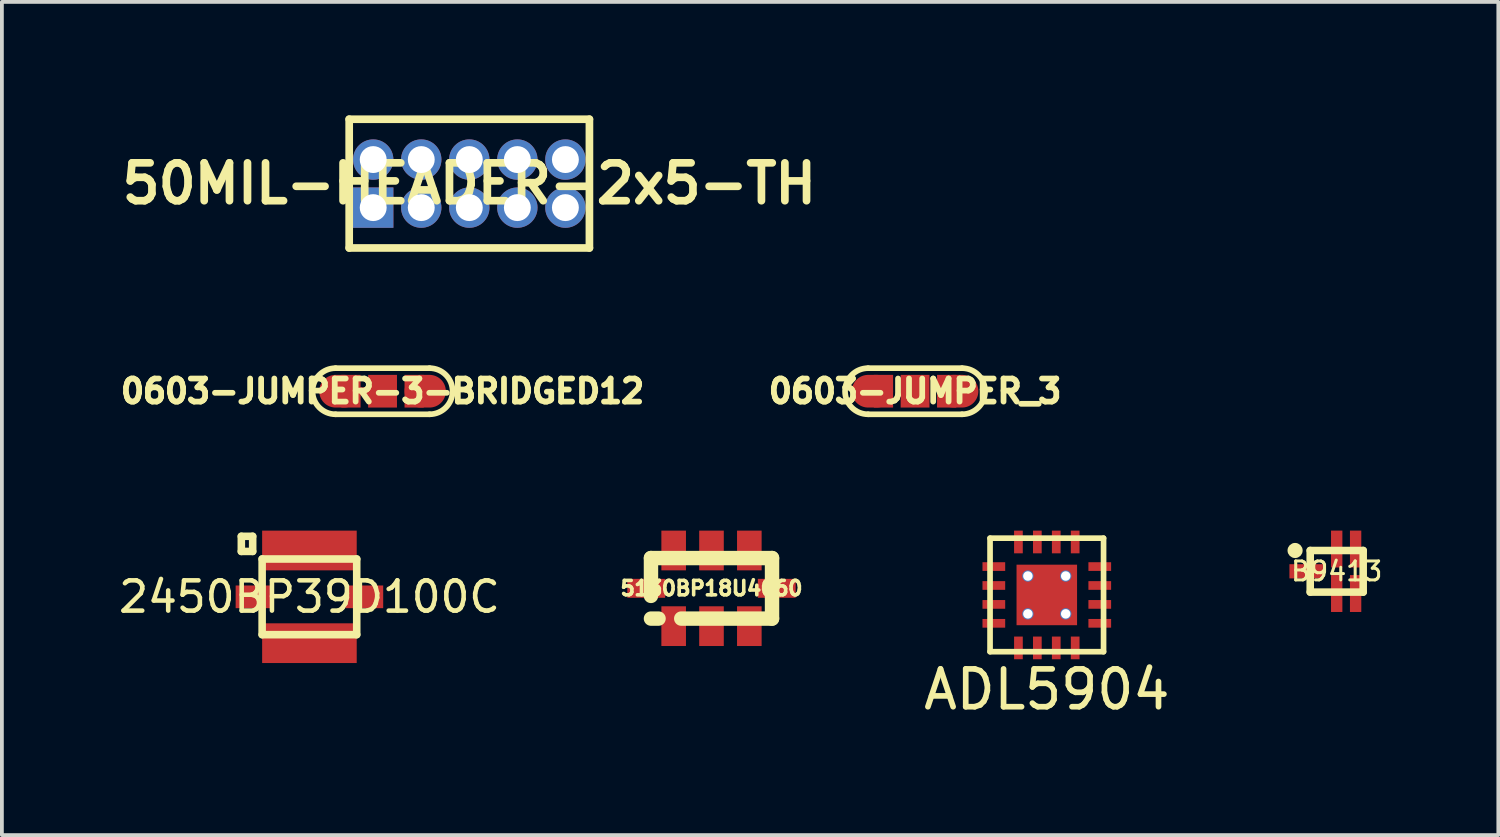
<source format=kicad_pcb>
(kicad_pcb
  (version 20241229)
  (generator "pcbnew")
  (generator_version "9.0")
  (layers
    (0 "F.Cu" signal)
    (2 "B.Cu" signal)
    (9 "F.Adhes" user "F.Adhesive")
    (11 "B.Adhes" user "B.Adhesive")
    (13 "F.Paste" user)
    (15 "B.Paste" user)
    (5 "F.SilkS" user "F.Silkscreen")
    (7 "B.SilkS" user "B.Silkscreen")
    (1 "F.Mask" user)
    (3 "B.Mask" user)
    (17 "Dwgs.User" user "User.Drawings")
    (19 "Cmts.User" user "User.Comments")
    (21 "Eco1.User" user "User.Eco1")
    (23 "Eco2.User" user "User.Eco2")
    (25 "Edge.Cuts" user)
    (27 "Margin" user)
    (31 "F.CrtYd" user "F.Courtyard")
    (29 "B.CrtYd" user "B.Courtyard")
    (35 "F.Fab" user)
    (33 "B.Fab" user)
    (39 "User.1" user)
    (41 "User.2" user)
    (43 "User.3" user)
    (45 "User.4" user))
  (footprint "ADL5904"
    (layer "F.Cu")
    (at 24.62 12.676)
    (property "Reference" "ADL5904" (at 0 2.5 0) (layer "F.SilkS") (effects (font (size 1 1) (thickness 0.15))))
    (attr through_hole)
    (fp_line (start -1.5 -1.5) (end 1.5 -1.5) (stroke (width 0.15) (type solid)) (layer "F.SilkS"))
    (fp_line (start -1.5 1.5) (end -1.5 -1.5) (stroke (width 0.15) (type solid)) (layer "F.SilkS"))
    (fp_line (start 1.5 -1.5) (end 1.5 1.5) (stroke (width 0.15) (type solid)) (layer "F.SilkS"))
    (fp_line (start 1.5 1.5) (end -1.5 1.5) (stroke (width 0.15) (type solid)) (layer "F.SilkS"))
    (pad "1" smd rect (at 1.4 -0.75) (size 0.6 0.23) (layers "F.Cu" "F.Mask" "F.Paste"))
    (pad "2" smd rect (at 1.4 -0.25) (size 0.6 0.23) (layers "F.Cu" "F.Mask" "F.Paste"))
    (pad "3" smd rect (at 1.4 0.25) (size 0.6 0.23) (layers "F.Cu" "F.Mask" "F.Paste"))
    (pad "4" smd rect (at 1.4 0.75) (size 0.6 0.23) (layers "F.Cu" "F.Mask" "F.Paste"))
    (pad "5" smd rect (at 0.75 1.4 90) (size 0.6 0.23) (layers "F.Cu" "F.Mask" "F.Paste"))
    (pad "6" smd rect (at 0.25 1.4 90) (size 0.6 0.23) (layers "F.Cu" "F.Mask" "F.Paste"))
    (pad "7" smd rect (at -0.25 1.4 90) (size 0.6 0.23) (layers "F.Cu" "F.Mask" "F.Paste"))
    (pad "8" smd rect (at -0.75 1.4 90) (size 0.6 0.23) (layers "F.Cu" "F.Mask" "F.Paste"))
    (pad "9" smd rect (at -1.4 0.75) (size 0.6 0.23) (layers "F.Cu" "F.Mask" "F.Paste"))
    (pad "10" smd rect (at -1.4 0.25) (size 0.6 0.23) (layers "F.Cu" "F.Mask" "F.Paste"))
    (pad "11" smd rect (at -1.4 -0.25) (size 0.6 0.23) (layers "F.Cu" "F.Mask" "F.Paste"))
    (pad "11" thru_hole circle (at -0.5 -0.5) (size 0.3 0.3) (drill 0.25) (layers "*.Cu" "*.Mask"))
    (pad "11" thru_hole circle (at -0.5 0.5) (size 0.3 0.3) (drill 0.25) (layers "*.Cu" "*.Mask"))
    (pad "11" smd rect (at 0 0) (size 1.6 1.6) (layers "F.Cu" "F.Mask" "F.Paste"))
    (pad "11" thru_hole circle (at 0.5 -0.5) (size 0.3 0.3) (drill 0.25) (layers "*.Cu" "*.Mask"))
    (pad "11" thru_hole circle (at 0.5 0.5) (size 0.3 0.3) (drill 0.25) (layers "*.Cu" "*.Mask"))
    (pad "12" smd rect (at -1.4 -0.75) (size 0.6 0.23) (layers "F.Cu" "F.Mask" "F.Paste"))
    (pad "13" smd rect (at -0.75 -1.4 90) (size 0.6 0.23) (layers "F.Cu" "F.Mask" "F.Paste"))
    (pad "14" smd rect (at -0.25 -1.4 90) (size 0.6 0.23) (layers "F.Cu" "F.Mask" "F.Paste"))
    (pad "15" smd rect (at 0.25 -1.4 90) (size 0.6 0.23) (layers "F.Cu" "F.Mask" "F.Paste"))
    (pad "16" smd rect (at 0.75 -1.4 90) (size 0.6 0.23) (layers "F.Cu" "F.Mask" "F.Paste")))
  (footprint "50MIL-HEADER-2x5-TH"
    (layer "F.Cu")
    (at 9.355 1.803)
    (property "Reference" "50MIL-HEADER-2x5-TH" (at 0 0 0) (layer "F.SilkS") (effects (font (size 1.001 1.001) (thickness 0.203))))
    (attr through_hole)
    (fp_line (start -3.175 -1.702) (end -3.175 1.702) (stroke (width 0.203) (type solid)) (layer "F.SilkS"))
    (fp_line (start -3.175 1.702) (end 3.175 1.702) (stroke (width 0.203) (type solid)) (layer "F.SilkS"))
    (fp_line (start 3.175 -1.702) (end -3.175 -1.702) (stroke (width 0.203) (type solid)) (layer "F.SilkS"))
    (fp_line (start 3.175 -1.702) (end 3.175 1.702) (stroke (width 0.203) (type solid)) (layer "F.SilkS"))
    (pad "1" thru_hole rect (at -2.54 0.635) (size 1.067 1.067) (drill 0.711) (layers "*.Cu" "*.Mask"))
    (pad "2" thru_hole circle (at -2.54 -0.635) (size 1.067 1.067) (drill 0.711) (layers "*.Cu" "*.Mask"))
    (pad "3" thru_hole circle (at -1.27 0.635) (size 1.067 1.067) (drill 0.711) (layers "*.Cu" "*.Mask"))
    (pad "4" thru_hole circle (at -1.27 -0.635) (size 1.067 1.067) (drill 0.711) (layers "*.Cu" "*.Mask"))
    (pad "5" thru_hole circle (at 0 0.635) (size 1.067 1.067) (drill 0.711) (layers "*.Cu" "*.Mask"))
    (pad "6" thru_hole circle (at 0 -0.635) (size 1.067 1.067) (drill 0.711) (layers "*.Cu" "*.Mask"))
    (pad "7" thru_hole circle (at 1.27 0.635) (size 1.067 1.067) (drill 0.711) (layers "*.Cu" "*.Mask"))
    (pad "8" thru_hole circle (at 1.27 -0.635) (size 1.067 1.067) (drill 0.711) (layers "*.Cu" "*.Mask"))
    (pad "9" thru_hole circle (at 2.54 0.635) (size 1.067 1.067) (drill 0.711) (layers "*.Cu" "*.Mask"))
    (pad "10" thru_hole circle (at 2.54 -0.635) (size 1.067 1.067) (drill 0.711) (layers "*.Cu" "*.Mask")))
  (footprint "5130BP18U4060"
    (layer "F.Cu")
    (at 15.757 12.501)
    (property "Reference" "5130BP18U4060" (at 0 0 0) (layer "F.SilkS") (effects (font (size 0.381 0.381) (thickness 0.095))))
    (attr through_hole)
    (fp_line (start -1.6 -0.8) (end -1.6 0.2) (stroke (width 0.381) (type solid)) (layer "F.SilkS"))
    (fp_line (start -1.6 -0.8) (end 1.6 -0.8) (stroke (width 0.381) (type solid)) (layer "F.SilkS"))
    (fp_line (start -1.6 0.8) (end -1.4 0.8) (stroke (width 0.381) (type solid)) (layer "F.SilkS"))
    (fp_line (start 1.6 -0.8) (end 1.6 0.8) (stroke (width 0.381) (type solid)) (layer "F.SilkS"))
    (fp_line (start 1.6 0.8) (end -0.8 0.8) (stroke (width 0.381) (type solid)) (layer "F.SilkS"))
    (pad "1" smd rect (at -1 1) (size 0.65 1.05) (layers "F.Cu" "F.Mask" "F.Paste"))
    (pad "2" smd rect (at 0 1) (size 0.65 1.05) (layers "F.Cu" "F.Mask" "F.Paste"))
    (pad "3" smd rect (at 1 1) (size 0.65 1.05) (layers "F.Cu" "F.Mask" "F.Paste"))
    (pad "4" smd rect (at 1.725 0) (size 1 0.5) (layers "F.Cu" "F.Mask" "F.Paste"))
    (pad "5" smd rect (at 1 -1) (size 0.65 1.05) (layers "F.Cu" "F.Mask" "F.Paste"))
    (pad "6" smd rect (at 0 -1) (size 0.65 1.05) (layers "F.Cu" "F.Mask" "F.Paste"))
    (pad "7" smd rect (at -1 -1) (size 0.65 1.05) (layers "F.Cu" "F.Mask" "F.Paste"))
    (pad "8" smd rect (at -1.725 0) (size 1 0.5) (layers "F.Cu" "F.Mask" "F.Paste")))
  (footprint "0603-JUMPER_3"
    (layer "F.Cu")
    (at 21.138 7.291)
    (property "Reference" "0603-JUMPER_3" (at 0 0 0) (layer "F.SilkS") (effects (font (size 0.61 0.61) (thickness 0.152))))
    (attr through_hole)
    (fp_line (start -1.241 0.61) (end 1.241 0.61) (stroke (width 0.15) (type solid)) (layer "F.SilkS"))
    (fp_line (start 1.241 -0.61) (end -1.241 -0.61) (stroke (width 0.15) (type solid)) (layer "F.SilkS"))
    (fp_arc (start -1.2414 0.6096) (mid -1.851 0) (end -1.2414 -0.6096) (stroke (width 0.15) (type solid)) (layer "F.SilkS"))
    (fp_arc (start 1.2414 -0.6096) (mid 1.851 0) (end 1.2414 0.6096) (stroke (width 0.15) (type solid)) (layer "F.SilkS"))
    (pad "1" smd oval (at -1.127 0) (size 1.092 0.864) (layers "F.Cu" "F.Mask"))
    (pad "1" smd rect (at -0.835 0) (size 0.508 0.864) (layers "F.Cu" "F.Mask"))
    (pad "2" smd rect (at 0 0) (size 0.762 0.864) (layers "F.Cu" "F.Mask"))
    (pad "3" smd rect (at 0.835 0) (size 0.508 0.864) (layers "F.Cu" "F.Mask"))
    (pad "3" smd oval (at 1.127 0) (size 1.092 0.864) (layers "F.Cu" "F.Mask")))
  (footprint "0603-JUMPER-3-BRIDGED12"
    (layer "F.Cu")
    (at 7.062 7.291)
    (property "Reference" "0603-JUMPER-3-BRIDGED12" (at 0 0 0) (layer "F.SilkS") (effects (font (size 0.61 0.61) (thickness 0.152))))
    (attr through_hole)
    (fp_line (start -1.241 0.61) (end 1.241 0.61) (stroke (width 0.15) (type solid)) (layer "F.SilkS"))
    (fp_line (start 1.241 -0.61) (end -1.241 -0.61) (stroke (width 0.15) (type solid)) (layer "F.SilkS"))
    (fp_arc (start -1.2414 0.6096) (mid -1.851 0) (end -1.2414 -0.6096) (stroke (width 0.15) (type solid)) (layer "F.SilkS"))
    (fp_arc (start 1.2414 -0.6096) (mid 1.851 0) (end 1.2414 0.6096) (stroke (width 0.15) (type solid)) (layer "F.SilkS"))
    (pad "" smd rect (at -0.5 0) (size 0.762 0.203) (layers "F.Cu" "F.Mask"))
    (pad "1" smd oval (at -1.127 0) (size 1.092 0.864) (layers "F.Cu" "F.Mask"))
    (pad "1" smd rect (at -0.835 0) (size 0.508 0.864) (layers "F.Cu" "F.Mask"))
    (pad "2" smd rect (at 0 0) (size 0.762 0.864) (layers "F.Cu" "F.Mask"))
    (pad "3" smd rect (at 0.835 0) (size 0.508 0.864) (layers "F.Cu" "F.Mask"))
    (pad "3" smd oval (at 1.127 0) (size 1.092 0.864) (layers "F.Cu" "F.Mask")))
  (footprint "B9413"
    (layer "F.Cu")
    (at 32.283 12.051)
    (property "Reference" "B9413" (at 0 0 0) (layer "F.SilkS") (effects (font (size 0.5 0.5) (thickness 0.08))))
    (attr through_hole)
    (fp_line (start -0.7 -0.55) (end 0.7 -0.55) (stroke (width 0.2) (type solid)) (layer "F.SilkS"))
    (fp_line (start -0.7 0.55) (end -0.7 -0.55) (stroke (width 0.2) (type solid)) (layer "F.SilkS"))
    (fp_line (start 0.7 -0.55) (end 0.7 0.55) (stroke (width 0.2) (type solid)) (layer "F.SilkS"))
    (fp_line (start 0.7 0.55) (end -0.7 0.55) (stroke (width 0.2) (type solid)) (layer "F.SilkS"))
    (fp_circle (center -1.1 -0.55) (end -1 -0.55) (stroke (width 0.2) (type solid)) (fill no) (layer "F.SilkS"))
    (pad "1" smd rect (at -0.8 0) (size 0.9 0.375) (layers "F.Cu" "F.Mask" "F.Paste"))
    (pad "2" smd rect (at 0 -0.588) (size 0.3 0.975) (layers "F.Cu" "F.Mask" "F.Paste"))
    (pad "3" smd rect (at 0.5 -0.588) (size 0.3 0.975) (layers "F.Cu" "F.Mask" "F.Paste"))
    (pad "4" smd rect (at 0.5 0.588) (size 0.3 0.975) (layers "F.Cu" "F.Mask" "F.Paste"))
    (pad "5" smd rect (at 0 0.588) (size 0.3 0.975) (layers "F.Cu" "F.Mask" "F.Paste")))
  (footprint "2450BP39D100C"
    (layer "F.Cu")
    (at 5.129 12.726)
    (property "Reference" "2450BP39D100C" (at 0 0 0) (layer "F.SilkS") (effects (font (size 0.8 0.8) (thickness 0.12))))
    (attr through_hole)
    (fp_line (start -1.8 -1.6) (end -1.5 -1.6) (stroke (width 0.2) (type solid)) (layer "F.SilkS"))
    (fp_line (start -1.8 -1.2) (end -1.8 -1.6) (stroke (width 0.2) (type solid)) (layer "F.SilkS"))
    (fp_line (start -1.5 -1.6) (end -1.5 -1.2) (stroke (width 0.2) (type solid)) (layer "F.SilkS"))
    (fp_line (start -1.5 -1.2) (end -1.8 -1.2) (stroke (width 0.2) (type solid)) (layer "F.SilkS"))
    (fp_line (start -1.25 -1) (end 1.25 -1) (stroke (width 0.2) (type solid)) (layer "F.SilkS"))
    (fp_line (start -1.25 1) (end -1.25 -1) (stroke (width 0.2) (type solid)) (layer "F.SilkS"))
    (fp_line (start 1.25 -1) (end 1.25 1) (stroke (width 0.2) (type solid)) (layer "F.SilkS"))
    (fp_line (start 1.25 1) (end -1.25 1) (stroke (width 0.2) (type solid)) (layer "F.SilkS"))
    (pad "1" smd rect (at 0 -1.225) (size 2.5 1.05) (layers "F.Cu" "F.Mask" "F.Paste"))
    (pad "2" smd rect (at 1.45 0) (size 1 0.6) (layers "F.Cu" "F.Mask" "F.Paste"))
    (pad "3" smd rect (at 0 1.225) (size 2.5 1.05) (layers "F.Cu" "F.Mask" "F.Paste"))
    (pad "4" smd rect (at -1.45 0) (size 1 0.6) (layers "F.Cu" "F.Mask" "F.Paste")))
  (gr_rect
    (start -3 -3)
    (end 36.555 19.024)
    (stroke (width 0.1) (type default))
    (fill no)
    (layer "Edge.Cuts")))
</source>
